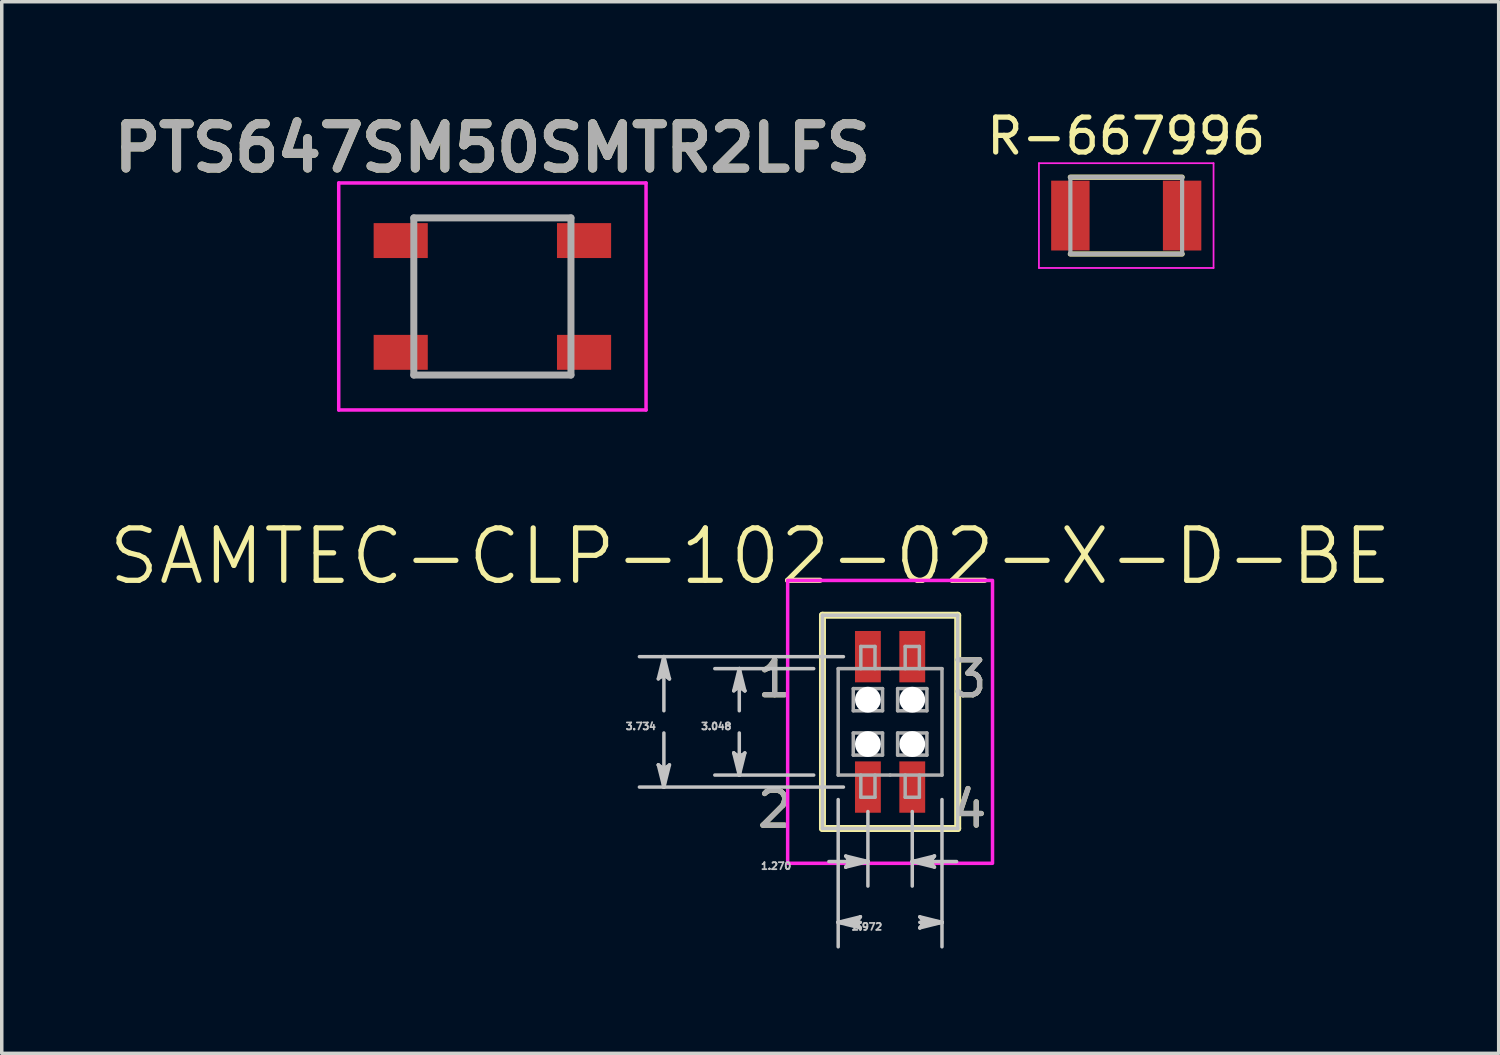
<source format=kicad_pcb>
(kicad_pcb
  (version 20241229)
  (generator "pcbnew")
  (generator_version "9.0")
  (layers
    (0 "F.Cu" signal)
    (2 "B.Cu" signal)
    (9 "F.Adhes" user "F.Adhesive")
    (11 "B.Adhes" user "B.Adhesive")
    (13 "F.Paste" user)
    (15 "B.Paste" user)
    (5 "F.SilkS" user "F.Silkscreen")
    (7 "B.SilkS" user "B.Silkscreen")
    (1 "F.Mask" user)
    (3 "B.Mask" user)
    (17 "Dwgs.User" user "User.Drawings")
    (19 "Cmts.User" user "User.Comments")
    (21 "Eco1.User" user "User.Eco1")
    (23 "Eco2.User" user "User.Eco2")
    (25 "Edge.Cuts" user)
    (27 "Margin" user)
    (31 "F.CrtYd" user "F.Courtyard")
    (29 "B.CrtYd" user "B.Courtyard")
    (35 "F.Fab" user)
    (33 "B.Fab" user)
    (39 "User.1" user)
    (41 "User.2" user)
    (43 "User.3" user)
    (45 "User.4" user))
  (footprint "R-667996"
    (layer "F.Cu")
    (at 29.199 3.123)
    (property "Reference" "R-667996" (at 0 -2.275 0) (layer "F.SilkS") (effects (font (size 1 1) (thickness 0.15))))
    (attr through_hole)
    (fp_line (start 1.6 -1.1) (end -1.6 -1.1) (stroke (width 0.15) (type solid)) (layer "F.SilkS"))
    (fp_line (start 1.6 1.1) (end -1.6 1.1) (stroke (width 0.15) (type solid)) (layer "F.SilkS"))
    (fp_line (start -2.5 -1.5) (end -2.5 1.5) (stroke (width 0.05) (type solid)) (layer "F.CrtYd"))
    (fp_line (start -2.5 -1.5) (end 2.5 -1.5) (stroke (width 0.05) (type solid)) (layer "F.CrtYd"))
    (fp_line (start 2.5 -1.5) (end 2.5 1.5) (stroke (width 0.05) (type solid)) (layer "F.CrtYd"))
    (fp_line (start 2.5 1.5) (end -2.5 1.5) (stroke (width 0.05) (type solid)) (layer "F.CrtYd"))
    (fp_line (start -1.6 -1.1) (end 1.6 -1.1) (stroke (width 0.12) (type solid)) (layer "F.Fab"))
    (fp_line (start -1.6 1.1) (end -1.6 -1.1) (stroke (width 0.12) (type solid)) (layer "F.Fab"))
    (fp_line (start 1.6 -1.1) (end 1.6 1.1) (stroke (width 0.12) (type solid)) (layer "F.Fab"))
    (fp_line (start 1.6 1.1) (end -1.6 1.1) (stroke (width 0.12) (type solid)) (layer "F.Fab"))
    (pad "1" smd rect (at -1.6 0) (size 1.1 2) (layers "F.Cu" "F.Mask" "F.Paste"))
    (pad "2" smd rect (at 1.6 0) (size 1.1 2) (layers "F.Cu" "F.Mask" "F.Paste")))
  (footprint "SAMTEC-CLP-102-02-X-D-BE"
    (layer "F.Cu")
    (at 22.437 17.62)
    (property "Reference" "SAMTEC-CLP-102-02-X-D-BE" (at -4.005 -4.74 0) (layer "F.SilkS") (effects (font (size 1.5 1.5) (thickness 0.15))))
    (attr through_hole)
    (fp_circle (center -0.635 -0.635) (end -0.214 -0.635) (stroke (width 0.1) (type solid)) (fill no) (layer "F.Mask"))
    (fp_circle (center -0.635 0.635) (end -0.214 0.635) (stroke (width 0.1) (type solid)) (fill no) (layer "F.Mask"))
    (fp_circle (center 0.635 -0.635) (end 1.056 -0.635) (stroke (width 0.1) (type solid)) (fill no) (layer "F.Mask"))
    (fp_circle (center 0.635 0.635) (end 1.056 0.635) (stroke (width 0.1) (type solid)) (fill no) (layer "F.Mask"))
    (fp_poly (pts (xy -1.056 -2.653) (xy -0.214 -2.653) (xy -0.214 -1.081) (xy -1.056 -1.081)) (stroke (width 0.01) (type solid)) (fill yes) (layer "F.Mask"))
    (fp_poly (pts (xy -1.056 1.081) (xy -0.214 1.081) (xy -0.214 2.653) (xy -1.056 2.653)) (stroke (width 0.01) (type solid)) (fill yes) (layer "F.Mask"))
    (fp_poly (pts (xy 0.214 -2.653) (xy 1.056 -2.653) (xy 1.056 -1.081) (xy 0.214 -1.081)) (stroke (width 0.01) (type solid)) (fill yes) (layer "F.Mask"))
    (fp_poly (pts (xy 0.214 1.081) (xy 1.056 1.081) (xy 1.056 2.653) (xy 0.214 2.653)) (stroke (width 0.01) (type solid)) (fill yes) (layer "F.Mask"))
    (fp_circle (center -0.635 -0.635) (end -0.214 -0.635) (stroke (width 0.1) (type solid)) (fill no) (layer "B.Mask"))
    (fp_circle (center -0.635 0.635) (end -0.214 0.635) (stroke (width 0.1) (type solid)) (fill no) (layer "B.Mask"))
    (fp_circle (center 0.635 -0.635) (end 1.056 -0.635) (stroke (width 0.1) (type solid)) (fill no) (layer "B.Mask"))
    (fp_circle (center 0.635 0.635) (end 1.056 0.635) (stroke (width 0.1) (type solid)) (fill no) (layer "B.Mask"))
    (fp_line (start -1.936 -3.053) (end -1.936 3.053) (stroke (width 0.2) (type solid)) (layer "F.SilkS"))
    (fp_line (start -1.936 3.053) (end 1.936 3.053) (stroke (width 0.2) (type solid)) (layer "F.SilkS"))
    (fp_line (start 1.936 -3.053) (end -1.936 -3.053) (stroke (width 0.2) (type solid)) (layer "F.SilkS"))
    (fp_line (start 1.936 3.053) (end 1.936 -3.053) (stroke (width 0.2) (type solid)) (layer "F.SilkS"))
    (fp_poly (pts (xy -1.005 -2.602) (xy -0.265 -2.602) (xy -0.265 -1.132) (xy -1.005 -1.132)) (stroke (width 0.01) (type solid)) (fill yes) (layer "F.Paste"))
    (fp_poly (pts (xy -1.005 1.132) (xy -0.265 1.132) (xy -0.265 2.602) (xy -1.005 2.602)) (stroke (width 0.01) (type solid)) (fill yes) (layer "F.Paste"))
    (fp_poly (pts (xy 0.265 -2.602) (xy 1.005 -2.602) (xy 1.005 -1.132) (xy 0.265 -1.132)) (stroke (width 0.01) (type solid)) (fill yes) (layer "F.Paste"))
    (fp_poly (pts (xy 0.265 1.132) (xy 1.005 1.132) (xy 1.005 2.602) (xy 0.265 2.602)) (stroke (width 0.01) (type solid)) (fill yes) (layer "F.Paste"))
    (fp_line (start -6.636 -1.232) (end -6.477 -1.359) (stroke (width 0.1) (type solid)) (layer "Dwgs.User"))
    (fp_line (start -6.636 1.232) (end -6.477 1.867) (stroke (width 0.1) (type solid)) (layer "Dwgs.User"))
    (fp_line (start -6.556 -1.295) (end -6.477 -1.359) (stroke (width 0.1) (type solid)) (layer "Dwgs.User"))
    (fp_line (start -6.556 1.295) (end -6.636 1.232) (stroke (width 0.1) (type solid)) (layer "Dwgs.User"))
    (fp_line (start -6.477 -1.867) (end -6.636 -1.232) (stroke (width 0.1) (type solid)) (layer "Dwgs.User"))
    (fp_line (start -6.477 -1.867) (end -6.556 -1.295) (stroke (width 0.1) (type solid)) (layer "Dwgs.User"))
    (fp_line (start -6.477 -1.867) (end -6.398 -1.295) (stroke (width 0.1) (type solid)) (layer "Dwgs.User"))
    (fp_line (start -6.477 -1.359) (end -6.477 -1.867) (stroke (width 0.1) (type solid)) (layer "Dwgs.User"))
    (fp_line (start -6.477 -1.359) (end -6.318 -1.232) (stroke (width 0.1) (type solid)) (layer "Dwgs.User"))
    (fp_line (start -6.477 -0.318) (end -6.477 -1.867) (stroke (width 0.1) (type solid)) (layer "Dwgs.User"))
    (fp_line (start -6.477 0.318) (end -6.477 1.867) (stroke (width 0.1) (type solid)) (layer "Dwgs.User"))
    (fp_line (start -6.477 1.359) (end -6.636 1.232) (stroke (width 0.1) (type solid)) (layer "Dwgs.User"))
    (fp_line (start -6.477 1.359) (end -6.477 1.867) (stroke (width 0.1) (type solid)) (layer "Dwgs.User"))
    (fp_line (start -6.477 1.867) (end -6.556 1.295) (stroke (width 0.1) (type solid)) (layer "Dwgs.User"))
    (fp_line (start -6.477 1.867) (end -6.398 1.295) (stroke (width 0.1) (type solid)) (layer "Dwgs.User"))
    (fp_line (start -6.477 1.867) (end -6.318 1.232) (stroke (width 0.1) (type solid)) (layer "Dwgs.User"))
    (fp_line (start -6.398 -1.295) (end -6.318 -1.232) (stroke (width 0.1) (type solid)) (layer "Dwgs.User"))
    (fp_line (start -6.398 1.295) (end -6.477 1.359) (stroke (width 0.1) (type solid)) (layer "Dwgs.User"))
    (fp_line (start -6.318 -1.232) (end -6.477 -1.867) (stroke (width 0.1) (type solid)) (layer "Dwgs.User"))
    (fp_line (start -6.318 1.232) (end -6.477 1.359) (stroke (width 0.1) (type solid)) (layer "Dwgs.User"))
    (fp_line (start -4.477 -0.889) (end -4.318 -1.016) (stroke (width 0.1) (type solid)) (layer "Dwgs.User"))
    (fp_line (start -4.477 0.889) (end -4.318 1.524) (stroke (width 0.1) (type solid)) (layer "Dwgs.User"))
    (fp_line (start -4.397 -0.952) (end -4.318 -1.016) (stroke (width 0.1) (type solid)) (layer "Dwgs.User"))
    (fp_line (start -4.397 0.952) (end -4.477 0.889) (stroke (width 0.1) (type solid)) (layer "Dwgs.User"))
    (fp_line (start -4.318 -1.524) (end -4.477 -0.889) (stroke (width 0.1) (type solid)) (layer "Dwgs.User"))
    (fp_line (start -4.318 -1.524) (end -4.397 -0.952) (stroke (width 0.1) (type solid)) (layer "Dwgs.User"))
    (fp_line (start -4.318 -1.524) (end -4.239 -0.952) (stroke (width 0.1) (type solid)) (layer "Dwgs.User"))
    (fp_line (start -4.318 -1.016) (end -4.318 -1.524) (stroke (width 0.1) (type solid)) (layer "Dwgs.User"))
    (fp_line (start -4.318 -1.016) (end -4.159 -0.889) (stroke (width 0.1) (type solid)) (layer "Dwgs.User"))
    (fp_line (start -4.318 -0.318) (end -4.318 -1.524) (stroke (width 0.1) (type solid)) (layer "Dwgs.User"))
    (fp_line (start -4.318 0.318) (end -4.318 1.524) (stroke (width 0.1) (type solid)) (layer "Dwgs.User"))
    (fp_line (start -4.318 1.016) (end -4.477 0.889) (stroke (width 0.1) (type solid)) (layer "Dwgs.User"))
    (fp_line (start -4.318 1.016) (end -4.318 1.524) (stroke (width 0.1) (type solid)) (layer "Dwgs.User"))
    (fp_line (start -4.318 1.524) (end -4.397 0.952) (stroke (width 0.1) (type solid)) (layer "Dwgs.User"))
    (fp_line (start -4.318 1.524) (end -4.239 0.952) (stroke (width 0.1) (type solid)) (layer "Dwgs.User"))
    (fp_line (start -4.318 1.524) (end -4.159 0.889) (stroke (width 0.1) (type solid)) (layer "Dwgs.User"))
    (fp_line (start -4.239 -0.952) (end -4.159 -0.889) (stroke (width 0.1) (type solid)) (layer "Dwgs.User"))
    (fp_line (start -4.239 0.952) (end -4.318 1.016) (stroke (width 0.1) (type solid)) (layer "Dwgs.User"))
    (fp_line (start -4.159 -0.889) (end -4.318 -1.524) (stroke (width 0.1) (type solid)) (layer "Dwgs.User"))
    (fp_line (start -4.159 0.889) (end -4.318 1.016) (stroke (width 0.1) (type solid)) (layer "Dwgs.User"))
    (fp_line (start -2.187 -1.524) (end -5.019 -1.524) (stroke (width 0.1) (type solid)) (layer "Dwgs.User"))
    (fp_line (start -2.187 1.524) (end -5.019 1.524) (stroke (width 0.1) (type solid)) (layer "Dwgs.User"))
    (fp_line (start -1.936 -3.053) (end -1.936 3.053) (stroke (width 0.1) (type solid)) (layer "Dwgs.User"))
    (fp_line (start -1.936 3.053) (end 1.936 3.053) (stroke (width 0.1) (type solid)) (layer "Dwgs.User"))
    (fp_line (start -1.753 4) (end -0.635 4) (stroke (width 0.1) (type solid)) (layer "Dwgs.User"))
    (fp_line (start -1.486 2.225) (end -1.486 6.441) (stroke (width 0.1) (type solid)) (layer "Dwgs.User"))
    (fp_line (start -1.486 5.74) (end -0.914 5.661) (stroke (width 0.1) (type solid)) (layer "Dwgs.User"))
    (fp_line (start -1.486 5.74) (end -0.914 5.82) (stroke (width 0.1) (type solid)) (layer "Dwgs.User"))
    (fp_line (start -1.486 5.74) (end -0.851 5.899) (stroke (width 0.1) (type solid)) (layer "Dwgs.User"))
    (fp_line (start -1.336 -1.867) (end -7.178 -1.867) (stroke (width 0.1) (type solid)) (layer "Dwgs.User"))
    (fp_line (start -1.336 1.867) (end -7.178 1.867) (stroke (width 0.1) (type solid)) (layer "Dwgs.User"))
    (fp_line (start -1.27 3.842) (end -1.143 4) (stroke (width 0.1) (type solid)) (layer "Dwgs.User"))
    (fp_line (start -1.27 4.159) (end -0.635 4) (stroke (width 0.1) (type solid)) (layer "Dwgs.User"))
    (fp_line (start -1.206 3.921) (end -1.143 4) (stroke (width 0.1) (type solid)) (layer "Dwgs.User"))
    (fp_line (start -1.206 4.08) (end -1.27 4.159) (stroke (width 0.1) (type solid)) (layer "Dwgs.User"))
    (fp_line (start -1.143 4) (end -1.27 4.159) (stroke (width 0.1) (type solid)) (layer "Dwgs.User"))
    (fp_line (start -1.143 4) (end -0.635 4) (stroke (width 0.1) (type solid)) (layer "Dwgs.User"))
    (fp_line (start -0.978 5.74) (end -1.486 5.74) (stroke (width 0.1) (type solid)) (layer "Dwgs.User"))
    (fp_line (start -0.978 5.74) (end -0.851 5.582) (stroke (width 0.1) (type solid)) (layer "Dwgs.User"))
    (fp_line (start -0.914 5.661) (end -0.851 5.582) (stroke (width 0.1) (type solid)) (layer "Dwgs.User"))
    (fp_line (start -0.914 5.82) (end -0.978 5.74) (stroke (width 0.1) (type solid)) (layer "Dwgs.User"))
    (fp_line (start -0.851 5.582) (end -1.486 5.74) (stroke (width 0.1) (type solid)) (layer "Dwgs.User"))
    (fp_line (start -0.851 5.74) (end -1.486 5.74) (stroke (width 0.1) (type solid)) (layer "Dwgs.User"))
    (fp_line (start -0.851 5.899) (end -0.978 5.74) (stroke (width 0.1) (type solid)) (layer "Dwgs.User"))
    (fp_line (start -0.635 2.568) (end -0.635 4.702) (stroke (width 0.1) (type solid)) (layer "Dwgs.User"))
    (fp_line (start -0.635 4) (end -1.27 3.842) (stroke (width 0.1) (type solid)) (layer "Dwgs.User"))
    (fp_line (start -0.635 4) (end -1.206 3.921) (stroke (width 0.1) (type solid)) (layer "Dwgs.User"))
    (fp_line (start -0.635 4) (end -1.206 4.08) (stroke (width 0.1) (type solid)) (layer "Dwgs.User"))
    (fp_line (start 0.635 2.568) (end 0.635 4.702) (stroke (width 0.1) (type solid)) (layer "Dwgs.User"))
    (fp_line (start 0.635 4) (end 1.206 3.921) (stroke (width 0.1) (type solid)) (layer "Dwgs.User"))
    (fp_line (start 0.635 4) (end 1.206 4.08) (stroke (width 0.1) (type solid)) (layer "Dwgs.User"))
    (fp_line (start 0.635 4) (end 1.27 4.159) (stroke (width 0.1) (type solid)) (layer "Dwgs.User"))
    (fp_line (start 0.851 5.582) (end 0.978 5.74) (stroke (width 0.1) (type solid)) (layer "Dwgs.User"))
    (fp_line (start 0.851 5.74) (end 1.486 5.74) (stroke (width 0.1) (type solid)) (layer "Dwgs.User"))
    (fp_line (start 0.851 5.899) (end 1.486 5.74) (stroke (width 0.1) (type solid)) (layer "Dwgs.User"))
    (fp_line (start 0.914 5.661) (end 0.978 5.74) (stroke (width 0.1) (type solid)) (layer "Dwgs.User"))
    (fp_line (start 0.914 5.82) (end 0.851 5.899) (stroke (width 0.1) (type solid)) (layer "Dwgs.User"))
    (fp_line (start 0.978 5.74) (end 0.851 5.899) (stroke (width 0.1) (type solid)) (layer "Dwgs.User"))
    (fp_line (start 0.978 5.74) (end 1.486 5.74) (stroke (width 0.1) (type solid)) (layer "Dwgs.User"))
    (fp_line (start 1.143 4) (end 0.635 4) (stroke (width 0.1) (type solid)) (layer "Dwgs.User"))
    (fp_line (start 1.143 4) (end 1.27 3.842) (stroke (width 0.1) (type solid)) (layer "Dwgs.User"))
    (fp_line (start 1.206 3.921) (end 1.27 3.842) (stroke (width 0.1) (type solid)) (layer "Dwgs.User"))
    (fp_line (start 1.206 4.08) (end 1.143 4) (stroke (width 0.1) (type solid)) (layer "Dwgs.User"))
    (fp_line (start 1.27 3.842) (end 0.635 4) (stroke (width 0.1) (type solid)) (layer "Dwgs.User"))
    (fp_line (start 1.27 4.159) (end 1.143 4) (stroke (width 0.1) (type solid)) (layer "Dwgs.User"))
    (fp_line (start 1.486 2.225) (end 1.486 6.441) (stroke (width 0.1) (type solid)) (layer "Dwgs.User"))
    (fp_line (start 1.486 5.74) (end 0.851 5.582) (stroke (width 0.1) (type solid)) (layer "Dwgs.User"))
    (fp_line (start 1.486 5.74) (end 0.914 5.661) (stroke (width 0.1) (type solid)) (layer "Dwgs.User"))
    (fp_line (start 1.486 5.74) (end 0.914 5.82) (stroke (width 0.1) (type solid)) (layer "Dwgs.User"))
    (fp_line (start 1.905 4) (end 0.635 4) (stroke (width 0.1) (type solid)) (layer "Dwgs.User"))
    (fp_line (start 1.936 -3.053) (end -1.936 -3.053) (stroke (width 0.1) (type solid)) (layer "Dwgs.User"))
    (fp_line (start 1.936 3.053) (end 1.936 -3.053) (stroke (width 0.1) (type solid)) (layer "Dwgs.User"))
    (fp_poly (pts (xy 2.933 -4.05) (xy -2.933 -4.05) (xy -2.933 4.05) (xy 2.933 4.05) (xy 2.933 -4.05)) (stroke (width 0.1) (type solid)) (fill no) (layer "F.CrtYd"))
    (fp_line (start -1.486 -1.524) (end -0.002 -1.524) (stroke (width 0.1) (type solid)) (layer "F.Fab"))
    (fp_line (start -1.486 1.524) (end -1.486 -1.524) (stroke (width 0.1) (type solid)) (layer "F.Fab"))
    (fp_line (start -1.054 -0.952) (end -0.216 -0.952) (stroke (width 0.1) (type solid)) (layer "F.Fab"))
    (fp_line (start -1.054 -0.318) (end -1.054 -0.952) (stroke (width 0.1) (type solid)) (layer "F.Fab"))
    (fp_line (start -1.054 0.318) (end -0.216 0.318) (stroke (width 0.1) (type solid)) (layer "F.Fab"))
    (fp_line (start -1.054 0.952) (end -1.054 0.318) (stroke (width 0.1) (type solid)) (layer "F.Fab"))
    (fp_line (start -0.838 -2.159) (end -0.838 -1.524) (stroke (width 0.1) (type solid)) (layer "F.Fab"))
    (fp_line (start -0.838 1.524) (end -0.838 2.159) (stroke (width 0.1) (type solid)) (layer "F.Fab"))
    (fp_line (start -0.838 2.159) (end -0.432 2.159) (stroke (width 0.1) (type solid)) (layer "F.Fab"))
    (fp_line (start -0.432 -2.159) (end -0.838 -2.159) (stroke (width 0.1) (type solid)) (layer "F.Fab"))
    (fp_line (start -0.432 -1.524) (end -0.432 -2.159) (stroke (width 0.1) (type solid)) (layer "F.Fab"))
    (fp_line (start -0.432 2.159) (end -0.432 1.524) (stroke (width 0.1) (type solid)) (layer "F.Fab"))
    (fp_line (start -0.216 -0.952) (end -0.216 -0.318) (stroke (width 0.1) (type solid)) (layer "F.Fab"))
    (fp_line (start -0.216 -0.318) (end -1.054 -0.318) (stroke (width 0.1) (type solid)) (layer "F.Fab"))
    (fp_line (start -0.216 0.318) (end -0.216 0.952) (stroke (width 0.1) (type solid)) (layer "F.Fab"))
    (fp_line (start -0.216 0.952) (end -1.054 0.952) (stroke (width 0.1) (type solid)) (layer "F.Fab"))
    (fp_line (start 0 -1.524) (end 1.486 -1.524) (stroke (width 0.1) (type solid)) (layer "F.Fab"))
    (fp_line (start 0 1.524) (end -1.486 1.524) (stroke (width 0.1) (type solid)) (layer "F.Fab"))
    (fp_line (start 0.216 -0.952) (end 1.054 -0.952) (stroke (width 0.1) (type solid)) (layer "F.Fab"))
    (fp_line (start 0.216 -0.318) (end 0.216 -0.952) (stroke (width 0.1) (type solid)) (layer "F.Fab"))
    (fp_line (start 0.216 0.318) (end 1.054 0.318) (stroke (width 0.1) (type solid)) (layer "F.Fab"))
    (fp_line (start 0.216 0.952) (end 0.216 0.318) (stroke (width 0.1) (type solid)) (layer "F.Fab"))
    (fp_line (start 0.432 -2.159) (end 0.432 -1.524) (stroke (width 0.1) (type solid)) (layer "F.Fab"))
    (fp_line (start 0.432 1.524) (end 0.432 2.159) (stroke (width 0.1) (type solid)) (layer "F.Fab"))
    (fp_line (start 0.432 2.159) (end 0.838 2.159) (stroke (width 0.1) (type solid)) (layer "F.Fab"))
    (fp_line (start 0.838 -2.159) (end 0.432 -2.159) (stroke (width 0.1) (type solid)) (layer "F.Fab"))
    (fp_line (start 0.838 -1.524) (end 0.838 -2.159) (stroke (width 0.1) (type solid)) (layer "F.Fab"))
    (fp_line (start 0.838 2.159) (end 0.838 1.524) (stroke (width 0.1) (type solid)) (layer "F.Fab"))
    (fp_line (start 1.054 -0.952) (end 1.054 -0.318) (stroke (width 0.1) (type solid)) (layer "F.Fab"))
    (fp_line (start 1.054 -0.318) (end 0.216 -0.318) (stroke (width 0.1) (type solid)) (layer "F.Fab"))
    (fp_line (start 1.054 0.318) (end 1.054 0.952) (stroke (width 0.1) (type solid)) (layer "F.Fab"))
    (fp_line (start 1.054 0.952) (end 0.216 0.952) (stroke (width 0.1) (type solid)) (layer "F.Fab"))
    (fp_line (start 1.486 -1.524) (end 1.486 1.524) (stroke (width 0.1) (type solid)) (layer "F.Fab"))
    (fp_line (start 1.486 1.524) (end 0 1.524) (stroke (width 0.1) (type solid)) (layer "F.Fab"))
    (fp_text user "1" (at -3.306 -1.232 0) (layer "F.SilkS") (effects (font (size 1 1) (thickness 0.15))))
    (fp_text user "4" (at 2.277 2.502 0) (layer "F.SilkS") (effects (font (size 1 1) (thickness 0.15))))
    (fp_text user "2" (at -3.306 2.502 0) (layer "F.SilkS") (effects (font (size 1 1) (thickness 0.15))))
    (fp_text user "3" (at 2.277 -1.232 0) (layer "F.SilkS") (effects (font (size 1 1) (thickness 0.15))))
    (fp_text user "2.972" (at -0.66 5.867 0) (layer "Dwgs.User") (effects (font (size 0.2 0.2) (thickness 0.15))))
    (fp_text user "3.048" (at -4.978 0.127 0) (layer "Dwgs.User") (effects (font (size 0.2 0.2) (thickness 0.15))))
    (fp_text user "3.734" (at -7.137 0.127 0) (layer "Dwgs.User") (effects (font (size 0.2 0.2) (thickness 0.15))))
    (fp_text user "1.270" (at -3.264 4.128 0) (layer "Dwgs.User") (effects (font (size 0.2 0.2) (thickness 0.15))))
    (fp_text user "3" (at 2.277 -1.232 0) (layer "F.Fab") (effects (font (size 1 1) (thickness 0.15))))
    (fp_text user "1" (at -3.306 -1.232 0) (layer "F.Fab") (effects (font (size 1 1) (thickness 0.15))))
    (fp_text user "2" (at -3.306 2.502 0) (layer "F.Fab") (effects (font (size 1 1) (thickness 0.15))))
    (fp_text user "4" (at 2.277 2.502 0) (layer "F.Fab") (effects (font (size 1 1) (thickness 0.15))))
    (pad "" np_thru_hole circle (at -0.635 -0.635) (size 0.74 0.74) (drill 0.74) (layers "*.Cu" "*.Mask"))
    (pad "" np_thru_hole circle (at -0.635 0.635) (size 0.74 0.74) (drill 0.74) (layers "*.Cu" "*.Mask"))
    (pad "" np_thru_hole circle (at 0.635 -0.635) (size 0.74 0.74) (drill 0.74) (layers "*.Cu" "*.Mask"))
    (pad "" np_thru_hole circle (at 0.635 0.635) (size 0.74 0.74) (drill 0.74) (layers "*.Cu" "*.Mask"))
    (pad "1" smd rect (at -0.635 -1.867) (size 0.74 1.47) (layers "F.Cu" "F.Paste"))
    (pad "2" smd rect (at -0.635 1.867) (size 0.74 1.47) (layers "F.Cu" "F.Paste"))
    (pad "3" smd rect (at 0.635 -1.867) (size 0.74 1.47) (layers "F.Cu" "F.Paste"))
    (pad "4" smd rect (at 0.635 1.867) (size 0.74 1.47) (layers "F.Cu" "F.Paste")))
  (footprint "PTS647SM50SMTR2LFS"
    (layer "F.Cu")
    (at 11.049 5.439)
    (property "Reference" "PTS647SM50SMTR2LFS" (at 0 -4.25 0) (layer "F.SilkS") (effects (font (size 1.27 1.27) (thickness 0.254))))
    (attr smd)
    (fp_line (start -2.25 -0.5) (end -2.25 0.5) (stroke (width 0.1) (type solid)) (layer "F.SilkS"))
    (fp_line (start -1.5 -2.25) (end 1.5 -2.25) (stroke (width 0.1) (type solid)) (layer "F.SilkS"))
    (fp_line (start -1.5 2.25) (end 1.5 2.25) (stroke (width 0.1) (type solid)) (layer "F.SilkS"))
    (fp_line (start 2.25 -0.5) (end 2.25 0.5) (stroke (width 0.1) (type solid)) (layer "F.SilkS"))
    (fp_line (start -4.4 -3.25) (end 4.4 -3.25) (stroke (width 0.1) (type solid)) (layer "F.CrtYd"))
    (fp_line (start -4.4 3.25) (end -4.4 -3.25) (stroke (width 0.1) (type solid)) (layer "F.CrtYd"))
    (fp_line (start 4.4 -3.25) (end 4.4 3.25) (stroke (width 0.1) (type solid)) (layer "F.CrtYd"))
    (fp_line (start 4.4 3.25) (end -4.4 3.25) (stroke (width 0.1) (type solid)) (layer "F.CrtYd"))
    (fp_line (start -2.25 -2.25) (end 2.25 -2.25) (stroke (width 0.2) (type solid)) (layer "F.Fab"))
    (fp_line (start -2.25 2.25) (end -2.25 -2.25) (stroke (width 0.2) (type solid)) (layer "F.Fab"))
    (fp_line (start 2.25 -2.25) (end 2.25 2.25) (stroke (width 0.2) (type solid)) (layer "F.Fab"))
    (fp_line (start 2.25 2.25) (end -2.25 2.25) (stroke (width 0.2) (type solid)) (layer "F.Fab"))
    (fp_text user "${REFERENCE}" (at 0 -4.25 0) (layer "F.Fab") (effects (font (size 1.27 1.27) (thickness 0.254))))
    (pad "1" smd rect (at -2.625 -1.6 90) (size 1 1.55) (layers "F.Cu" "F.Mask" "F.Paste"))
    (pad "2" smd rect (at -2.625 1.6 90) (size 1 1.55) (layers "F.Cu" "F.Mask" "F.Paste"))
    (pad "3" smd rect (at 2.625 1.6 90) (size 1 1.55) (layers "F.Cu" "F.Mask" "F.Paste"))
    (pad "4" smd rect (at 2.625 -1.6 90) (size 1 1.55) (layers "F.Cu" "F.Mask" "F.Paste")))
  (gr_rect
    (start -3 -3)
    (end 39.864 27.111)
    (stroke (width 0.1) (type default))
    (fill no)
    (layer "Edge.Cuts")))
</source>
